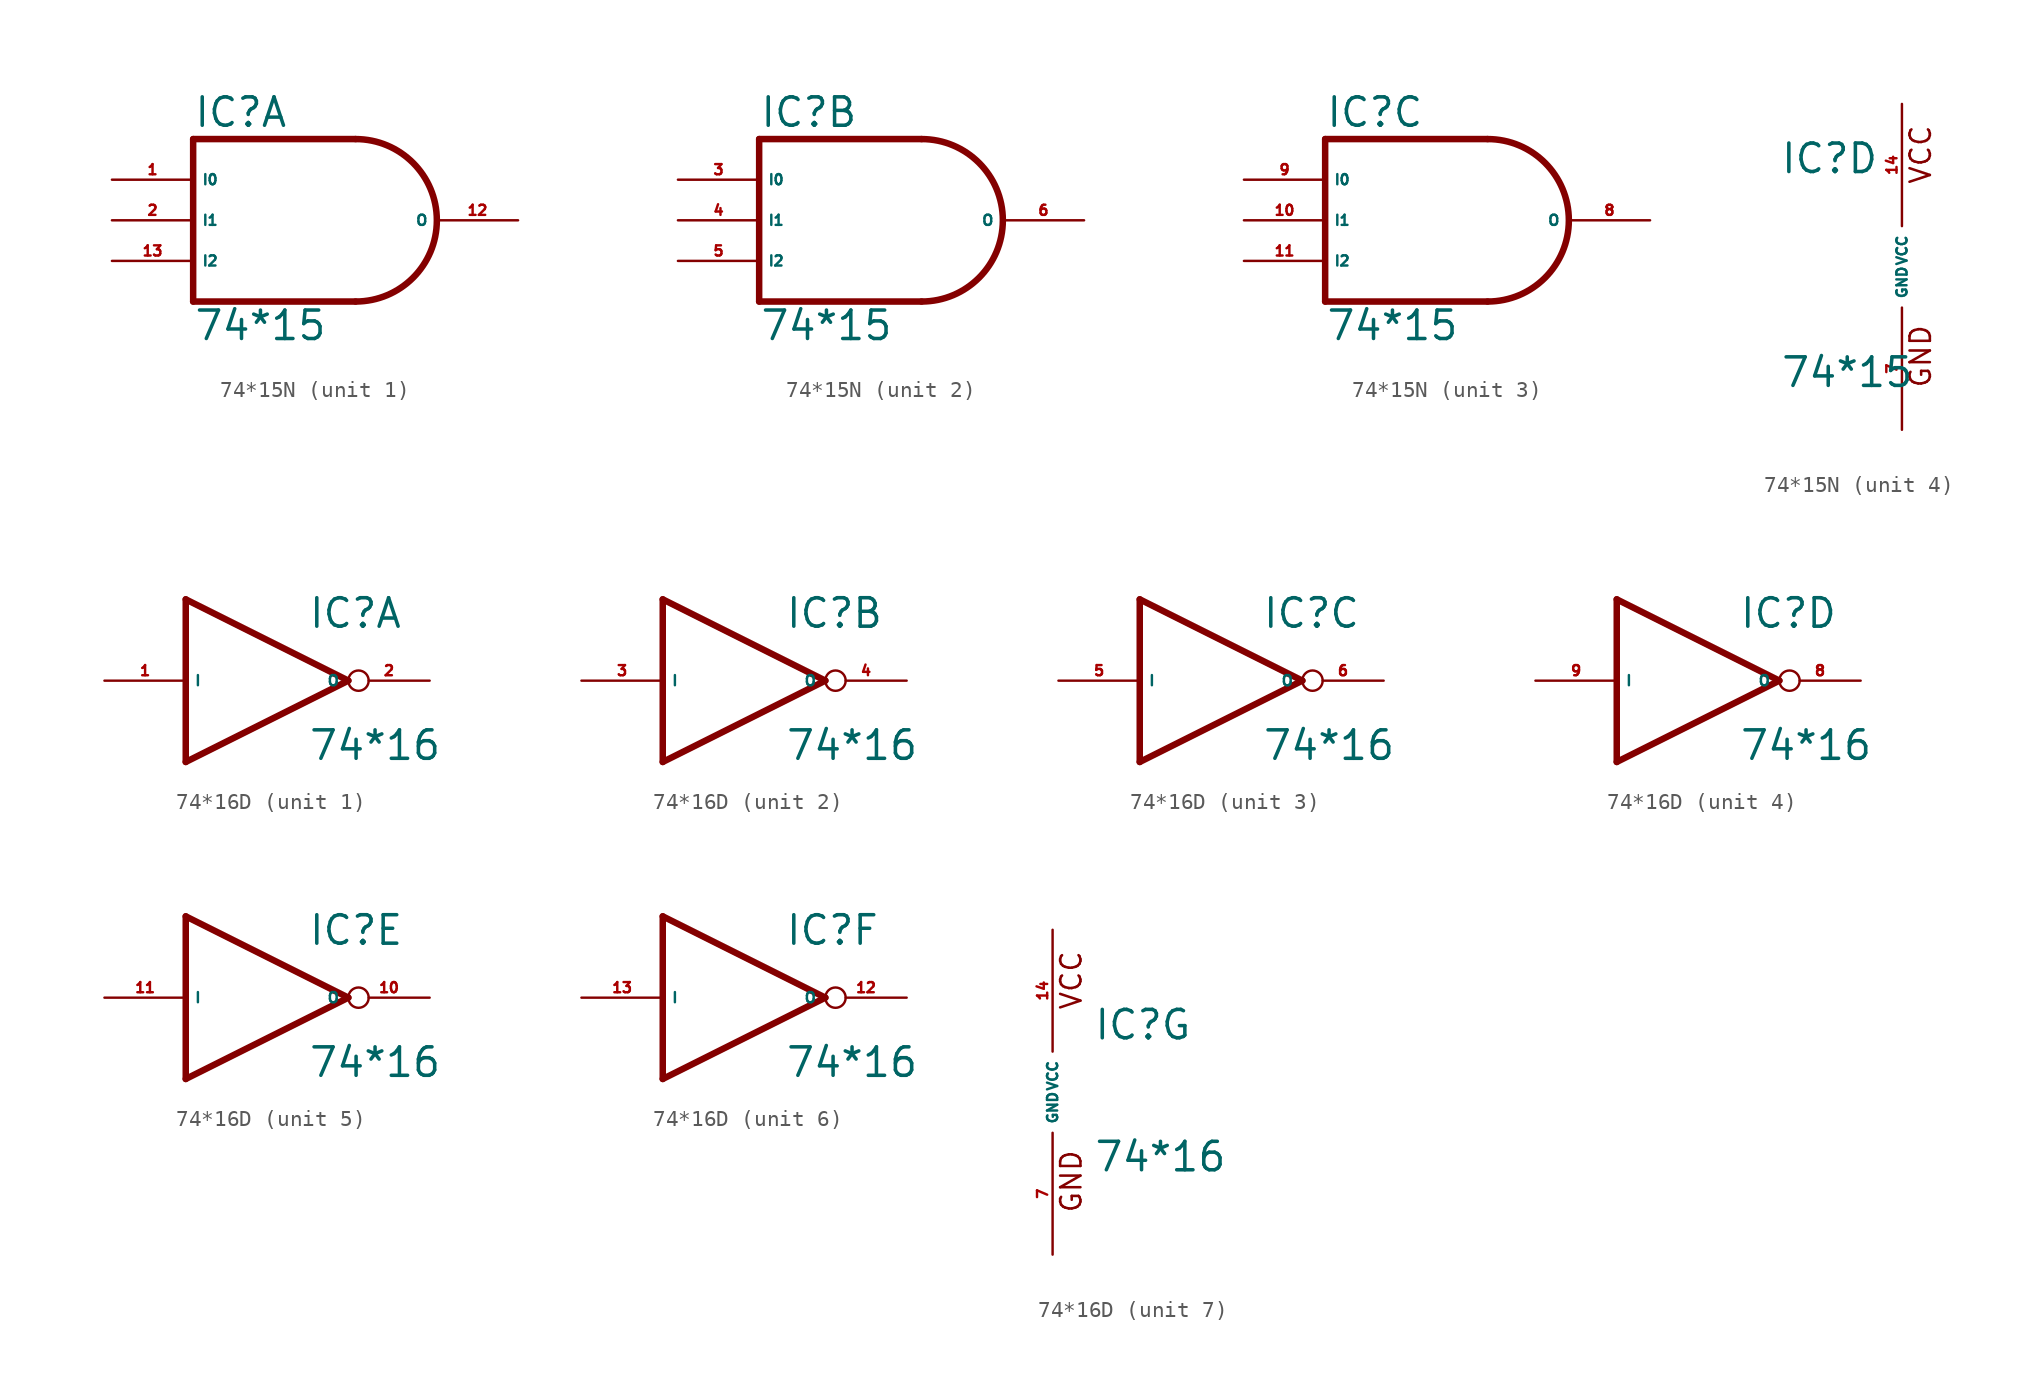
<source format=kicad_sym>
(kicad_symbol_lib
  (version 20220914)
  (generator Eagle2Kicad)
  (symbol "74*15N"
    (property "Reference" "IC"
      (at -7.62 5.715 0)
      (effects (font (size 1.778 1.778) (thickness 0.22)) (justify left bottom)))
    (property "Value" "74*15"
      (at -7.62 -7.62 0)
      (effects (font (size 1.778 1.778) (thickness 0.22)) (justify left bottom)))
    (symbol "74*15N_1_0"
      (polyline (pts (xy 2.54 5.08) (xy -7.62 5.08)) (stroke (width 0.406) (type default)) (fill (type none)))
      (polyline (pts (xy -7.62 5.08) (xy -7.62 -5.08)) (stroke (width 0.406) (type default)) (fill (type none)))
      (polyline (pts (xy -7.62 -5.08) (xy 2.54 -5.08)) (stroke (width 0.406) (type default)) (fill (type none)))
      (arc (start 2.54 -5.08) (mid 7.620 0.000) (end 2.54 5.08) (stroke (width 0.4064) (type default)) (fill (type none)))
      (pin input line (at -12.7 2.54 0) (length 5.08) (name "I0" (effects (font (size 0.635 0.635) (thickness 0.08)) (justify left bottom))) (number "1" (effects (font (size 0.635 0.635) (thickness 0.08)) (justify left bottom))))
      (pin input line (at -12.7 0 0) (length 5.08) (name "I1" (effects (font (size 0.635 0.635) (thickness 0.08)) (justify left bottom))) (number "2" (effects (font (size 0.635 0.635) (thickness 0.08)) (justify left bottom))))
      (pin open_collector line (at 12.7 0 180) (length 5.08) (name "O" (effects (font (size 0.635 0.635) (thickness 0.08)) (justify left bottom))) (number "12" (effects (font (size 0.635 0.635) (thickness 0.08)) (justify left bottom))))
      (pin input line (at -12.7 -2.54 0) (length 5.08) (name "I2" (effects (font (size 0.635 0.635) (thickness 0.08)) (justify left bottom))) (number "13" (effects (font (size 0.635 0.635) (thickness 0.08)) (justify left bottom)))))
    (symbol "74*15N_2_0"
      (polyline (pts (xy 2.54 5.08) (xy -7.62 5.08)) (stroke (width 0.406) (type default)) (fill (type none)))
      (polyline (pts (xy -7.62 5.08) (xy -7.62 -5.08)) (stroke (width 0.406) (type default)) (fill (type none)))
      (polyline (pts (xy -7.62 -5.08) (xy 2.54 -5.08)) (stroke (width 0.406) (type default)) (fill (type none)))
      (arc (start 2.54 -5.08) (mid 7.620 0.000) (end 2.54 5.08) (stroke (width 0.4064) (type default)) (fill (type none)))
      (pin input line (at -12.7 2.54 0) (length 5.08) (name "I0" (effects (font (size 0.635 0.635) (thickness 0.08)) (justify left bottom))) (number "3" (effects (font (size 0.635 0.635) (thickness 0.08)) (justify left bottom))))
      (pin input line (at -12.7 0 0) (length 5.08) (name "I1" (effects (font (size 0.635 0.635) (thickness 0.08)) (justify left bottom))) (number "4" (effects (font (size 0.635 0.635) (thickness 0.08)) (justify left bottom))))
      (pin open_collector line (at 12.7 0 180) (length 5.08) (name "O" (effects (font (size 0.635 0.635) (thickness 0.08)) (justify left bottom))) (number "6" (effects (font (size 0.635 0.635) (thickness 0.08)) (justify left bottom))))
      (pin input line (at -12.7 -2.54 0) (length 5.08) (name "I2" (effects (font (size 0.635 0.635) (thickness 0.08)) (justify left bottom))) (number "5" (effects (font (size 0.635 0.635) (thickness 0.08)) (justify left bottom)))))
    (symbol "74*15N_3_0"
      (polyline (pts (xy 2.54 5.08) (xy -7.62 5.08)) (stroke (width 0.406) (type default)) (fill (type none)))
      (polyline (pts (xy -7.62 5.08) (xy -7.62 -5.08)) (stroke (width 0.406) (type default)) (fill (type none)))
      (polyline (pts (xy -7.62 -5.08) (xy 2.54 -5.08)) (stroke (width 0.406) (type default)) (fill (type none)))
      (arc (start 2.54 -5.08) (mid 7.620 0.000) (end 2.54 5.08) (stroke (width 0.4064) (type default)) (fill (type none)))
      (pin input line (at -12.7 2.54 0) (length 5.08) (name "I0" (effects (font (size 0.635 0.635) (thickness 0.08)) (justify left bottom))) (number "9" (effects (font (size 0.635 0.635) (thickness 0.08)) (justify left bottom))))
      (pin input line (at -12.7 0 0) (length 5.08) (name "I1" (effects (font (size 0.635 0.635) (thickness 0.08)) (justify left bottom))) (number "10" (effects (font (size 0.635 0.635) (thickness 0.08)) (justify left bottom))))
      (pin open_collector line (at 12.7 0 180) (length 5.08) (name "O" (effects (font (size 0.635 0.635) (thickness 0.08)) (justify left bottom))) (number "8" (effects (font (size 0.635 0.635) (thickness 0.08)) (justify left bottom))))
      (pin input line (at -12.7 -2.54 0) (length 5.08) (name "I2" (effects (font (size 0.635 0.635) (thickness 0.08)) (justify left bottom))) (number "11" (effects (font (size 0.635 0.635) (thickness 0.08)) (justify left bottom)))))
    (symbol "74*15N_4_0"
      (text "GND" (at 1.905 -7.62 900) (effects (font (size 1.27 1.27) (thickness 0.16)) (justify left bottom)))
      (text "VCC" (at 1.905 5.08 900) (effects (font (size 1.27 1.27) (thickness 0.16)) (justify left bottom)))
      (pin unspecified line (at 0 -10.16 90) (length 7.62) (name "GND" (effects (font (size 0.635 0.635) (thickness 0.08)) (justify left bottom))) (number "7" (effects (font (size 0.635 0.635) (thickness 0.08)) (justify left bottom))))
      (pin unspecified line (at 0 10.16 270) (length 7.62) (name "VCC" (effects (font (size 0.635 0.635) (thickness 0.08)) (justify left bottom))) (number "14" (effects (font (size 0.635 0.635) (thickness 0.08)) (justify left bottom))))))
  (symbol "74*16D"
    (property "Reference" "IC"
      (at 2.54 3.175 0)
      (effects (font (size 1.778 1.778) (thickness 0.22)) (justify left bottom)))
    (property "Value" "74*16"
      (at 2.54 -5.08 0)
      (effects (font (size 1.778 1.778) (thickness 0.22)) (justify left bottom)))
    (symbol "74*16D_1_0"
      (polyline (pts (xy -5.08 5.08) (xy 5.08 0)) (stroke (width 0.406) (type default)) (fill (type none)))
      (polyline (pts (xy 5.08 0) (xy -5.08 -5.08)) (stroke (width 0.406) (type default)) (fill (type none)))
      (polyline (pts (xy -5.08 -5.08) (xy -5.08 5.08)) (stroke (width 0.406) (type default)) (fill (type none)))
      (pin input line (at -10.16 0 0) (length 5.08) (name "I" (effects (font (size 0.635 0.635) (thickness 0.08)) (justify left bottom))) (number "1" (effects (font (size 0.635 0.635) (thickness 0.08)) (justify left bottom))))
      (pin open_collector inverted (at 10.16 0 180) (length 5.08) (name "O" (effects (font (size 0.635 0.635) (thickness 0.08)) (justify left bottom))) (number "2" (effects (font (size 0.635 0.635) (thickness 0.08)) (justify left bottom)))))
    (symbol "74*16D_2_0"
      (polyline (pts (xy -5.08 5.08) (xy 5.08 0)) (stroke (width 0.406) (type default)) (fill (type none)))
      (polyline (pts (xy 5.08 0) (xy -5.08 -5.08)) (stroke (width 0.406) (type default)) (fill (type none)))
      (polyline (pts (xy -5.08 -5.08) (xy -5.08 5.08)) (stroke (width 0.406) (type default)) (fill (type none)))
      (pin input line (at -10.16 0 0) (length 5.08) (name "I" (effects (font (size 0.635 0.635) (thickness 0.08)) (justify left bottom))) (number "3" (effects (font (size 0.635 0.635) (thickness 0.08)) (justify left bottom))))
      (pin open_collector inverted (at 10.16 0 180) (length 5.08) (name "O" (effects (font (size 0.635 0.635) (thickness 0.08)) (justify left bottom))) (number "4" (effects (font (size 0.635 0.635) (thickness 0.08)) (justify left bottom)))))
    (symbol "74*16D_3_0"
      (polyline (pts (xy -5.08 5.08) (xy 5.08 0)) (stroke (width 0.406) (type default)) (fill (type none)))
      (polyline (pts (xy 5.08 0) (xy -5.08 -5.08)) (stroke (width 0.406) (type default)) (fill (type none)))
      (polyline (pts (xy -5.08 -5.08) (xy -5.08 5.08)) (stroke (width 0.406) (type default)) (fill (type none)))
      (pin input line (at -10.16 0 0) (length 5.08) (name "I" (effects (font (size 0.635 0.635) (thickness 0.08)) (justify left bottom))) (number "5" (effects (font (size 0.635 0.635) (thickness 0.08)) (justify left bottom))))
      (pin open_collector inverted (at 10.16 0 180) (length 5.08) (name "O" (effects (font (size 0.635 0.635) (thickness 0.08)) (justify left bottom))) (number "6" (effects (font (size 0.635 0.635) (thickness 0.08)) (justify left bottom)))))
    (symbol "74*16D_4_0"
      (polyline (pts (xy -5.08 5.08) (xy 5.08 0)) (stroke (width 0.406) (type default)) (fill (type none)))
      (polyline (pts (xy 5.08 0) (xy -5.08 -5.08)) (stroke (width 0.406) (type default)) (fill (type none)))
      (polyline (pts (xy -5.08 -5.08) (xy -5.08 5.08)) (stroke (width 0.406) (type default)) (fill (type none)))
      (pin input line (at -10.16 0 0) (length 5.08) (name "I" (effects (font (size 0.635 0.635) (thickness 0.08)) (justify left bottom))) (number "9" (effects (font (size 0.635 0.635) (thickness 0.08)) (justify left bottom))))
      (pin open_collector inverted (at 10.16 0 180) (length 5.08) (name "O" (effects (font (size 0.635 0.635) (thickness 0.08)) (justify left bottom))) (number "8" (effects (font (size 0.635 0.635) (thickness 0.08)) (justify left bottom)))))
    (symbol "74*16D_5_0"
      (polyline (pts (xy -5.08 5.08) (xy 5.08 0)) (stroke (width 0.406) (type default)) (fill (type none)))
      (polyline (pts (xy 5.08 0) (xy -5.08 -5.08)) (stroke (width 0.406) (type default)) (fill (type none)))
      (polyline (pts (xy -5.08 -5.08) (xy -5.08 5.08)) (stroke (width 0.406) (type default)) (fill (type none)))
      (pin input line (at -10.16 0 0) (length 5.08) (name "I" (effects (font (size 0.635 0.635) (thickness 0.08)) (justify left bottom))) (number "11" (effects (font (size 0.635 0.635) (thickness 0.08)) (justify left bottom))))
      (pin open_collector inverted (at 10.16 0 180) (length 5.08) (name "O" (effects (font (size 0.635 0.635) (thickness 0.08)) (justify left bottom))) (number "10" (effects (font (size 0.635 0.635) (thickness 0.08)) (justify left bottom)))))
    (symbol "74*16D_6_0"
      (polyline (pts (xy -5.08 5.08) (xy 5.08 0)) (stroke (width 0.406) (type default)) (fill (type none)))
      (polyline (pts (xy 5.08 0) (xy -5.08 -5.08)) (stroke (width 0.406) (type default)) (fill (type none)))
      (polyline (pts (xy -5.08 -5.08) (xy -5.08 5.08)) (stroke (width 0.406) (type default)) (fill (type none)))
      (pin input line (at -10.16 0 0) (length 5.08) (name "I" (effects (font (size 0.635 0.635) (thickness 0.08)) (justify left bottom))) (number "13" (effects (font (size 0.635 0.635) (thickness 0.08)) (justify left bottom))))
      (pin open_collector inverted (at 10.16 0 180) (length 5.08) (name "O" (effects (font (size 0.635 0.635) (thickness 0.08)) (justify left bottom))) (number "12" (effects (font (size 0.635 0.635) (thickness 0.08)) (justify left bottom)))))
    (symbol "74*16D_7_0"
      (text "GND" (at 1.905 -7.62 900) (effects (font (size 1.27 1.27) (thickness 0.16)) (justify left bottom)))
      (text "VCC" (at 1.905 5.08 900) (effects (font (size 1.27 1.27) (thickness 0.16)) (justify left bottom)))
      (pin unspecified line (at 0 -10.16 90) (length 7.62) (name "GND" (effects (font (size 0.635 0.635) (thickness 0.08)) (justify left bottom))) (number "7" (effects (font (size 0.635 0.635) (thickness 0.08)) (justify left bottom))))
      (pin unspecified line (at 0 10.16 270) (length 7.62) (name "VCC" (effects (font (size 0.635 0.635) (thickness 0.08)) (justify left bottom))) (number "14" (effects (font (size 0.635 0.635) (thickness 0.08)) (justify left bottom)))))))
</source>
